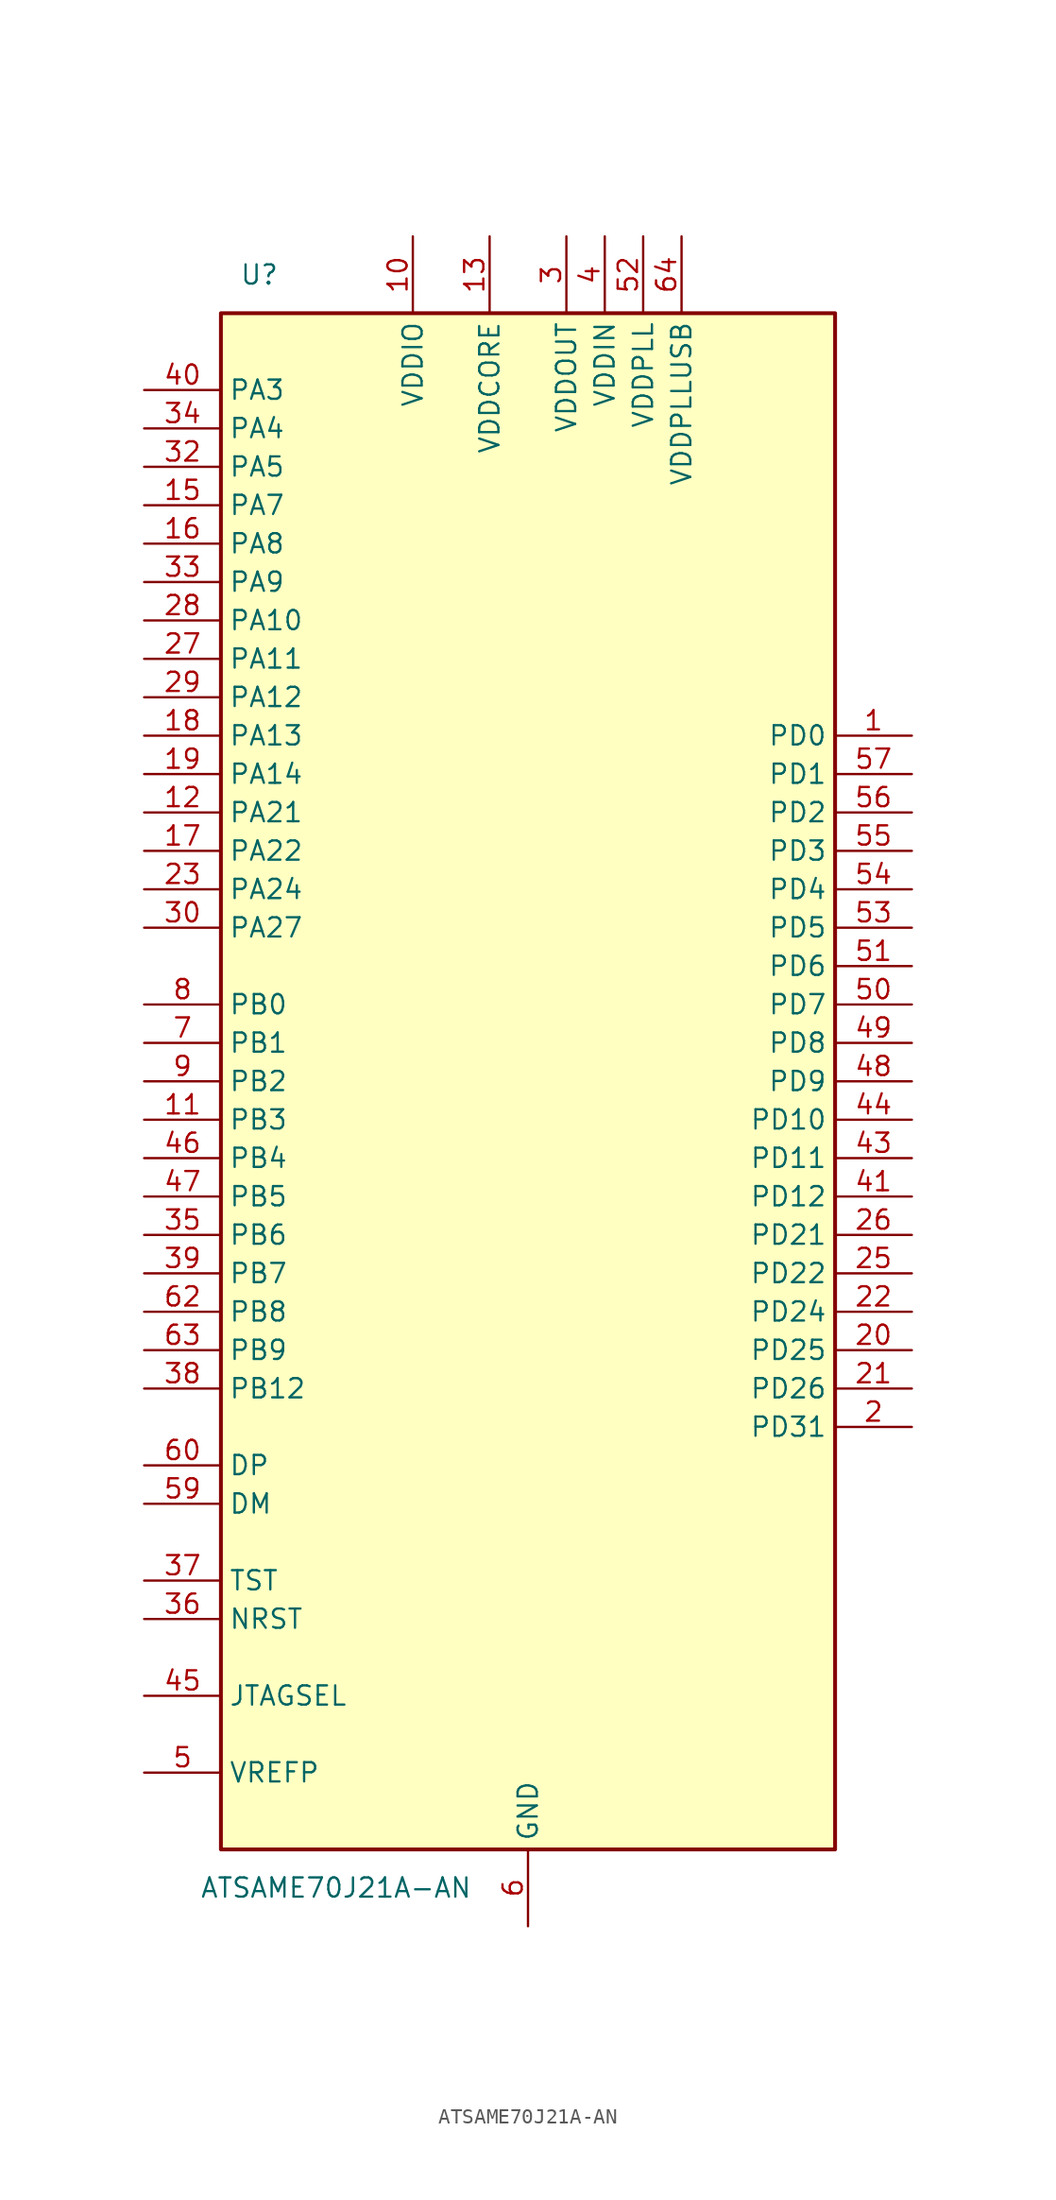
<source format=kicad_sym>
(kicad_symbol_lib
  (version 20201005)
  (generator kicad_symbol_editor)
  (symbol "ATSAME70J21A-AN"
    (property "Reference" "U"
      (at -17.78 53.34 0)
      (effects (font (size 1.27 1.27))))
    (property "Value" "ATSAME70J21A-AN"
      (at -12.7 -53.34 0)
      (effects (font (size 1.27 1.27))))
    (symbol "ATSAME70J21A-AN_0_1"
      (rectangle (start -20.32 50.8) (end 20.32 -50.8) (stroke (width 0.254)) (fill (type background))))
    (symbol "ATSAME70J21A-AN_1_0"
      (pin power_in line (at 10.16 55.88 270) (length 5.08) (name "VDDPLLUSB" (effects (font (size 1.27 1.27)))) (number "64" (effects (font (size 1.27 1.27))))))
    (symbol "ATSAME70J21A-AN_1_1"
      (pin bidirectional line (at 25.4 22.86 180) (length 5.08) (name "PD0" (effects (font (size 1.27 1.27)))) (number "1" (effects (font (size 1.27 1.27)))))
      (pin power_in line (at -7.62 55.88 270) (length 5.08) (name "VDDIO" (effects (font (size 1.27 1.27)))) (number "10" (effects (font (size 1.27 1.27)))))
      (pin bidirectional line (at -25.4 -2.54 0) (length 5.08) (name "PB3" (effects (font (size 1.27 1.27)))) (number "11" (effects (font (size 1.27 1.27)))))
      (pin bidirectional line (at -25.4 17.78 0) (length 5.08) (name "PA21" (effects (font (size 1.27 1.27)))) (number "12" (effects (font (size 1.27 1.27)))))
      (pin power_in line (at -2.54 55.88 270) (length 5.08) (name "VDDCORE" (effects (font (size 1.27 1.27)))) (number "13" (effects (font (size 1.27 1.27)))))
      (pin passive line (at 0 -55.88 90) (length 5.08) hide (name "GND" (effects (font (size 1.27 1.27)))) (number "14" (effects (font (size 1.27 1.27)))))
      (pin bidirectional line (at -25.4 38.1 0) (length 5.08) (name "PA7" (effects (font (size 1.27 1.27)))) (number "15" (effects (font (size 1.27 1.27)))))
      (pin bidirectional line (at -25.4 35.56 0) (length 5.08) (name "PA8" (effects (font (size 1.27 1.27)))) (number "16" (effects (font (size 1.27 1.27)))))
      (pin bidirectional line (at -25.4 15.24 0) (length 5.08) (name "PA22" (effects (font (size 1.27 1.27)))) (number "17" (effects (font (size 1.27 1.27)))))
      (pin bidirectional line (at -25.4 22.86 0) (length 5.08) (name "PA13" (effects (font (size 1.27 1.27)))) (number "18" (effects (font (size 1.27 1.27)))))
      (pin bidirectional line (at -25.4 20.32 0) (length 5.08) (name "PA14" (effects (font (size 1.27 1.27)))) (number "19" (effects (font (size 1.27 1.27)))))
      (pin bidirectional line (at 25.4 -22.86 180) (length 5.08) (name "PD31" (effects (font (size 1.27 1.27)))) (number "2" (effects (font (size 1.27 1.27)))))
      (pin bidirectional line (at 25.4 -17.78 180) (length 5.08) (name "PD25" (effects (font (size 1.27 1.27)))) (number "20" (effects (font (size 1.27 1.27)))))
      (pin bidirectional line (at 25.4 -20.32 180) (length 5.08) (name "PD26" (effects (font (size 1.27 1.27)))) (number "21" (effects (font (size 1.27 1.27)))))
      (pin bidirectional line (at 25.4 -15.24 180) (length 5.08) (name "PD24" (effects (font (size 1.27 1.27)))) (number "22" (effects (font (size 1.27 1.27)))))
      (pin bidirectional line (at -25.4 12.7 0) (length 5.08) (name "PA24" (effects (font (size 1.27 1.27)))) (number "23" (effects (font (size 1.27 1.27)))))
      (pin passive line (at -2.54 55.88 270) (length 5.08) hide (name "VDDCORE" (effects (font (size 1.27 1.27)))) (number "24" (effects (font (size 1.27 1.27)))))
      (pin bidirectional line (at 25.4 -12.7 180) (length 5.08) (name "PD22" (effects (font (size 1.27 1.27)))) (number "25" (effects (font (size 1.27 1.27)))))
      (pin bidirectional line (at 25.4 -10.16 180) (length 5.08) (name "PD21" (effects (font (size 1.27 1.27)))) (number "26" (effects (font (size 1.27 1.27)))))
      (pin bidirectional line (at -25.4 27.94 0) (length 5.08) (name "PA11" (effects (font (size 1.27 1.27)))) (number "27" (effects (font (size 1.27 1.27)))))
      (pin bidirectional line (at -25.4 30.48 0) (length 5.08) (name "PA10" (effects (font (size 1.27 1.27)))) (number "28" (effects (font (size 1.27 1.27)))))
      (pin bidirectional line (at -25.4 25.4 0) (length 5.08) (name "PA12" (effects (font (size 1.27 1.27)))) (number "29" (effects (font (size 1.27 1.27)))))
      (pin power_in line (at 2.54 55.88 270) (length 5.08) (name "VDDOUT" (effects (font (size 1.27 1.27)))) (number "3" (effects (font (size 1.27 1.27)))))
      (pin bidirectional line (at -25.4 10.16 0) (length 5.08) (name "PA27" (effects (font (size 1.27 1.27)))) (number "30" (effects (font (size 1.27 1.27)))))
      (pin passive line (at 0 -55.88 90) (length 5.08) hide (name "GND" (effects (font (size 1.27 1.27)))) (number "31" (effects (font (size 1.27 1.27)))))
      (pin bidirectional line (at -25.4 40.64 0) (length 5.08) (name "PA5" (effects (font (size 1.27 1.27)))) (number "32" (effects (font (size 1.27 1.27)))))
      (pin bidirectional line (at -25.4 33.02 0) (length 5.08) (name "PA9" (effects (font (size 1.27 1.27)))) (number "33" (effects (font (size 1.27 1.27)))))
      (pin bidirectional line (at -25.4 43.18 0) (length 5.08) (name "PA4" (effects (font (size 1.27 1.27)))) (number "34" (effects (font (size 1.27 1.27)))))
      (pin bidirectional line (at -25.4 -10.16 0) (length 5.08) (name "PB6" (effects (font (size 1.27 1.27)))) (number "35" (effects (font (size 1.27 1.27)))))
      (pin bidirectional line (at -25.4 -35.56 0) (length 5.08) (name "NRST" (effects (font (size 1.27 1.27)))) (number "36" (effects (font (size 1.27 1.27)))))
      (pin input line (at -25.4 -33.02 0) (length 5.08) (name "TST" (effects (font (size 1.27 1.27)))) (number "37" (effects (font (size 1.27 1.27)))))
      (pin bidirectional line (at -25.4 -20.32 0) (length 5.08) (name "PB12" (effects (font (size 1.27 1.27)))) (number "38" (effects (font (size 1.27 1.27)))))
      (pin bidirectional line (at -25.4 -12.7 0) (length 5.08) (name "PB7" (effects (font (size 1.27 1.27)))) (number "39" (effects (font (size 1.27 1.27)))))
      (pin power_in line (at 5.08 55.88 270) (length 5.08) (name "VDDIN" (effects (font (size 1.27 1.27)))) (number "4" (effects (font (size 1.27 1.27)))))
      (pin bidirectional line (at -25.4 45.72 0) (length 5.08) (name "PA3" (effects (font (size 1.27 1.27)))) (number "40" (effects (font (size 1.27 1.27)))))
      (pin bidirectional line (at 25.4 -7.62 180) (length 5.08) (name "PD12" (effects (font (size 1.27 1.27)))) (number "41" (effects (font (size 1.27 1.27)))))
      (pin passive line (at -7.62 55.88 270) (length 5.08) hide (name "VDDIO" (effects (font (size 1.27 1.27)))) (number "42" (effects (font (size 1.27 1.27)))))
      (pin bidirectional line (at 25.4 -5.08 180) (length 5.08) (name "PD11" (effects (font (size 1.27 1.27)))) (number "43" (effects (font (size 1.27 1.27)))))
      (pin bidirectional line (at 25.4 -2.54 180) (length 5.08) (name "PD10" (effects (font (size 1.27 1.27)))) (number "44" (effects (font (size 1.27 1.27)))))
      (pin input line (at -25.4 -40.64 0) (length 5.08) (name "JTAGSEL" (effects (font (size 1.27 1.27)))) (number "45" (effects (font (size 1.27 1.27)))))
      (pin bidirectional line (at -25.4 -5.08 0) (length 5.08) (name "PB4" (effects (font (size 1.27 1.27)))) (number "46" (effects (font (size 1.27 1.27)))))
      (pin bidirectional line (at -25.4 -7.62 0) (length 5.08) (name "PB5" (effects (font (size 1.27 1.27)))) (number "47" (effects (font (size 1.27 1.27)))))
      (pin bidirectional line (at 25.4 0 180) (length 5.08) (name "PD9" (effects (font (size 1.27 1.27)))) (number "48" (effects (font (size 1.27 1.27)))))
      (pin bidirectional line (at 25.4 2.54 180) (length 5.08) (name "PD8" (effects (font (size 1.27 1.27)))) (number "49" (effects (font (size 1.27 1.27)))))
      (pin input line (at -25.4 -45.72 0) (length 5.08) (name "VREFP" (effects (font (size 1.27 1.27)))) (number "5" (effects (font (size 1.27 1.27)))))
      (pin bidirectional line (at 25.4 5.08 180) (length 5.08) (name "PD7" (effects (font (size 1.27 1.27)))) (number "50" (effects (font (size 1.27 1.27)))))
      (pin bidirectional line (at 25.4 7.62 180) (length 5.08) (name "PD6" (effects (font (size 1.27 1.27)))) (number "51" (effects (font (size 1.27 1.27)))))
      (pin power_in line (at 7.62 55.88 270) (length 5.08) (name "VDDPLL" (effects (font (size 1.27 1.27)))) (number "52" (effects (font (size 1.27 1.27)))))
      (pin bidirectional line (at 25.4 10.16 180) (length 5.08) (name "PD5" (effects (font (size 1.27 1.27)))) (number "53" (effects (font (size 1.27 1.27)))))
      (pin bidirectional line (at 25.4 12.7 180) (length 5.08) (name "PD4" (effects (font (size 1.27 1.27)))) (number "54" (effects (font (size 1.27 1.27)))))
      (pin bidirectional line (at 25.4 15.24 180) (length 5.08) (name "PD3" (effects (font (size 1.27 1.27)))) (number "55" (effects (font (size 1.27 1.27)))))
      (pin bidirectional line (at 25.4 17.78 180) (length 5.08) (name "PD2" (effects (font (size 1.27 1.27)))) (number "56" (effects (font (size 1.27 1.27)))))
      (pin bidirectional line (at 25.4 20.32 180) (length 5.08) (name "PD1" (effects (font (size 1.27 1.27)))) (number "57" (effects (font (size 1.27 1.27)))))
      (pin passive line (at -7.62 55.88 270) (length 5.08) hide (name "VDDIO" (effects (font (size 1.27 1.27)))) (number "58" (effects (font (size 1.27 1.27)))))
      (pin bidirectional line (at -25.4 -27.94 0) (length 5.08) (name "DM" (effects (font (size 1.27 1.27)))) (number "59" (effects (font (size 1.27 1.27)))))
      (pin power_in line (at 0 -55.88 90) (length 5.08) (name "GND" (effects (font (size 1.27 1.27)))) (number "6" (effects (font (size 1.27 1.27)))))
      (pin bidirectional line (at -25.4 -25.4 0) (length 5.08) (name "DP" (effects (font (size 1.27 1.27)))) (number "60" (effects (font (size 1.27 1.27)))))
      (pin passive line (at -2.54 55.88 270) (length 5.08) hide (name "VDDCORE" (effects (font (size 1.27 1.27)))) (number "61" (effects (font (size 1.27 1.27)))))
      (pin bidirectional line (at -25.4 -15.24 0) (length 5.08) (name "PB8" (effects (font (size 1.27 1.27)))) (number "62" (effects (font (size 1.27 1.27)))))
      (pin bidirectional line (at -25.4 -17.78 0) (length 5.08) (name "PB9" (effects (font (size 1.27 1.27)))) (number "63" (effects (font (size 1.27 1.27)))))
      (pin bidirectional line (at -25.4 2.54 0) (length 5.08) (name "PB1" (effects (font (size 1.27 1.27)))) (number "7" (effects (font (size 1.27 1.27)))))
      (pin bidirectional line (at -25.4 5.08 0) (length 5.08) (name "PB0" (effects (font (size 1.27 1.27)))) (number "8" (effects (font (size 1.27 1.27)))))
      (pin bidirectional line (at -25.4 0 0) (length 5.08) (name "PB2" (effects (font (size 1.27 1.27)))) (number "9" (effects (font (size 1.27 1.27))))))))
</source>
